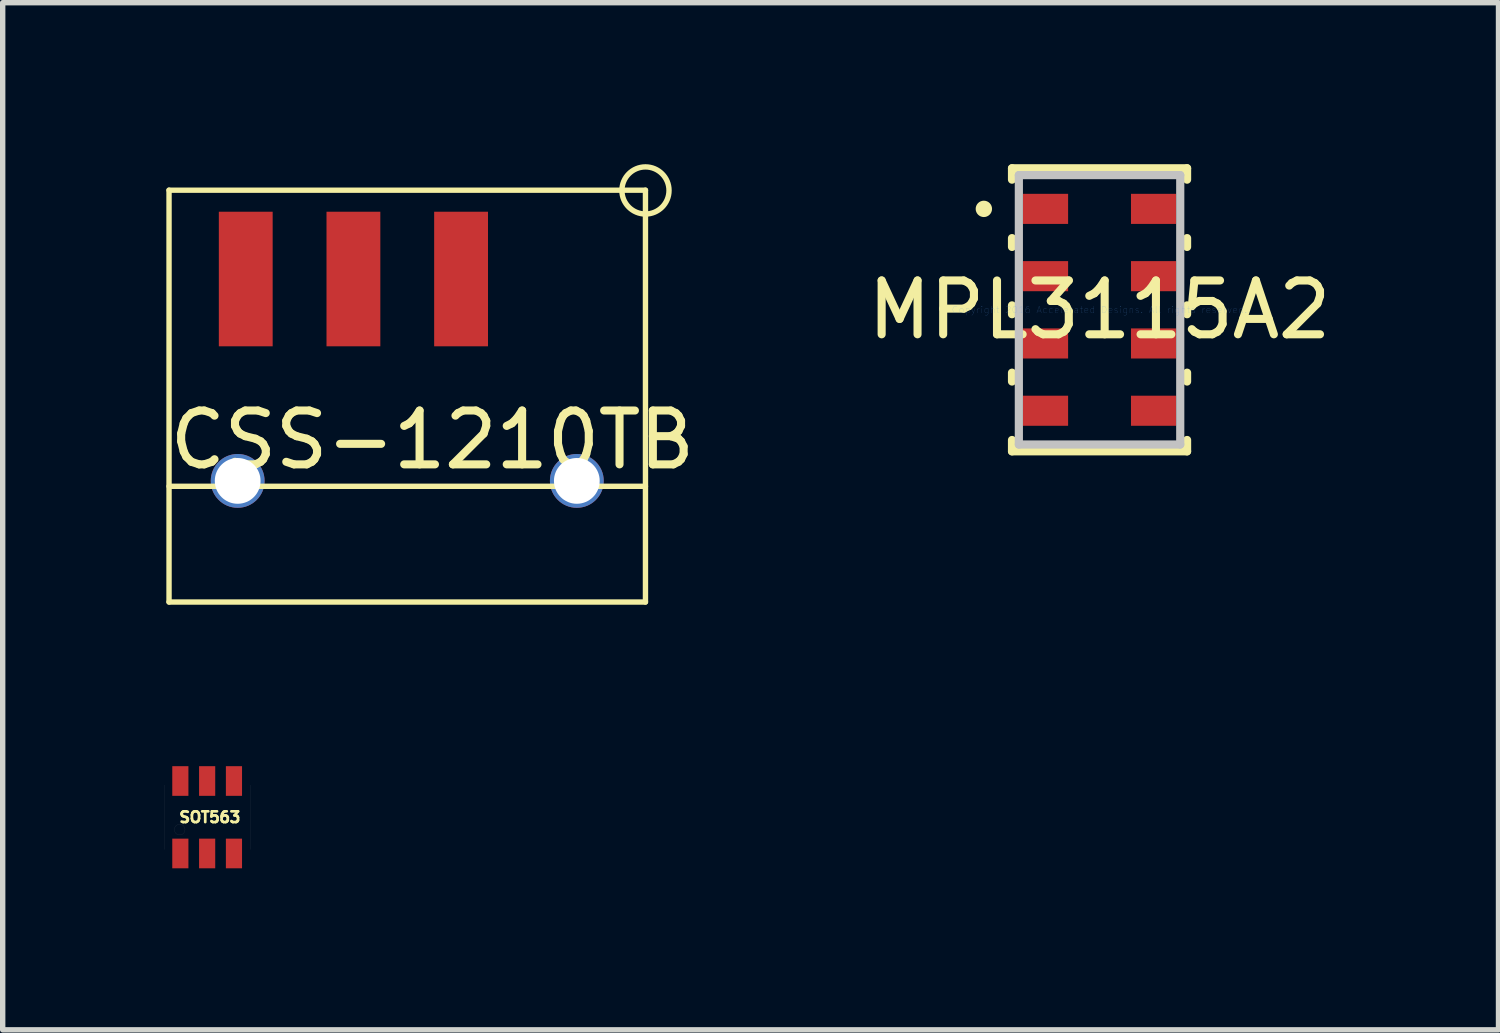
<source format=kicad_pcb>
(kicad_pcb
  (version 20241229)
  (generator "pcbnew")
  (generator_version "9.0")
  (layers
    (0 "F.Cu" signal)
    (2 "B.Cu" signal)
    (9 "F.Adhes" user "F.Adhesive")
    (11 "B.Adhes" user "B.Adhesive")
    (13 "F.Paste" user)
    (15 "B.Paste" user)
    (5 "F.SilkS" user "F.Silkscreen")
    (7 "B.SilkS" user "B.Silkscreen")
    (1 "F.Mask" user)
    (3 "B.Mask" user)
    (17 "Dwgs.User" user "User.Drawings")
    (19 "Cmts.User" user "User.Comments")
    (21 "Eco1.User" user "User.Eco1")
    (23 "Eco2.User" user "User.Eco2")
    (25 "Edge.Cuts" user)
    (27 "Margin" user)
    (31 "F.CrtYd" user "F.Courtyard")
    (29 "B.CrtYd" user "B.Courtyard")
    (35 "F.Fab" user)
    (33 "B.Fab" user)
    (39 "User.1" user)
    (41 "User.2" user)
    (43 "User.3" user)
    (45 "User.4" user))
  (footprint "CSS-1210TB"
    (layer "F.Cu")
    (at 4.515 4.633)
    (property "Reference" "CSS-1210TB" (at 0.467 0.488 0) (layer "F.SilkS") (effects (font (size 1 1) (thickness 0.15))))
    (attr through_hole)
    (fp_line (start -4.425 -4.15) (end 4.425 -4.15) (stroke (width 0.1) (type solid)) (layer "F.SilkS"))
    (fp_line (start -4.425 1.35) (end 4.425 1.35) (stroke (width 0.1) (type solid)) (layer "F.SilkS"))
    (fp_line (start -4.425 3.5) (end -4.425 -4.15) (stroke (width 0.1) (type solid)) (layer "F.SilkS"))
    (fp_line (start 4.425 -4.15) (end 4.425 3.5) (stroke (width 0.1) (type solid)) (layer "F.SilkS"))
    (fp_line (start 4.425 3.5) (end -4.425 3.5) (stroke (width 0.1) (type solid)) (layer "F.SilkS"))
    (fp_circle (center 4.425 -4.145) (end 4.521 -4.572) (stroke (width 0.1) (type solid)) (fill no) (layer "F.SilkS"))
    (pad "" thru_hole circle (at -3.15 1.25) (size 1 1) (drill 0.85) (layers "*.Cu" "*.Mask"))
    (pad "" thru_hole circle (at 3.15 1.25) (size 1 1) (drill 0.85) (layers "*.Cu" "*.Mask"))
    (pad "1" smd rect (at 1 -2.5) (size 1 2.5) (layers "F.Cu" "F.Mask" "F.Paste"))
    (pad "2" smd rect (at -1 -2.5) (size 1 2.5) (layers "F.Cu" "F.Mask" "F.Paste"))
    (pad "3" smd rect (at -3 -2.5) (size 1 2.5) (layers "F.Cu" "F.Mask" "F.Paste")))
  (footprint "MPL3115A2"
    (layer "F.Cu")
    (at 17.375 2.705)
    (property "Reference" "MPL3115A2" (at 0 0 0) (layer "F.SilkS") (effects (font (size 1 1) (thickness 0.15))))
    (attr through_hole)
    (fp_line (start -1.626 -2.629) (end -1.626 -2.418) (stroke (width 0.152) (type solid)) (layer "F.SilkS"))
    (fp_line (start -1.626 -1.332) (end -1.626 -1.168) (stroke (width 0.152) (type solid)) (layer "F.SilkS"))
    (fp_line (start -1.626 -0.082) (end -1.626 0.082) (stroke (width 0.152) (type solid)) (layer "F.SilkS"))
    (fp_line (start -1.626 1.168) (end -1.626 1.332) (stroke (width 0.152) (type solid)) (layer "F.SilkS"))
    (fp_line (start -1.626 2.418) (end -1.626 2.629) (stroke (width 0.152) (type solid)) (layer "F.SilkS"))
    (fp_line (start -1.626 2.629) (end 1.626 2.629) (stroke (width 0.152) (type solid)) (layer "F.SilkS"))
    (fp_line (start 1.626 -2.629) (end -1.626 -2.629) (stroke (width 0.152) (type solid)) (layer "F.SilkS"))
    (fp_line (start 1.626 -2.418) (end 1.626 -2.629) (stroke (width 0.152) (type solid)) (layer "F.SilkS"))
    (fp_line (start 1.626 -1.168) (end 1.626 -1.332) (stroke (width 0.152) (type solid)) (layer "F.SilkS"))
    (fp_line (start 1.626 0.082) (end 1.626 -0.082) (stroke (width 0.152) (type solid)) (layer "F.SilkS"))
    (fp_line (start 1.626 1.332) (end 1.626 1.168) (stroke (width 0.152) (type solid)) (layer "F.SilkS"))
    (fp_line (start 1.626 2.629) (end 1.626 2.418) (stroke (width 0.152) (type solid)) (layer "F.SilkS"))
    (fp_circle (center -2.149 -1.875) (end -2.073 -1.875) (stroke (width 0.152) (type solid)) (fill no) (layer "F.SilkS"))
    (fp_line (start -1.499 -2.502) (end -1.499 2.502) (stroke (width 0.152) (type solid)) (layer "Dwgs.User"))
    (fp_line (start -1.499 2.502) (end 1.499 2.502) (stroke (width 0.152) (type solid)) (layer "Dwgs.User"))
    (fp_line (start 1.499 -2.502) (end -1.499 -2.502) (stroke (width 0.152) (type solid)) (layer "Dwgs.User"))
    (fp_line (start 1.499 2.502) (end 1.499 -2.502) (stroke (width 0.152) (type solid)) (layer "Dwgs.User"))
    (fp_text user "Copyright 2016 Accelerated Designs. All rights reserved." (at 0 0 0) (layer "Cmts.User") (effects (font (size 0.127 0.127) (thickness 0.002))))
    (pad "1" smd rect (at -1.003 -1.875) (size 0.838 0.559) (layers "F.Cu" "F.Mask" "F.Paste"))
    (pad "2" smd rect (at -1.003 -0.625) (size 0.838 0.559) (layers "F.Cu" "F.Mask" "F.Paste"))
    (pad "3" smd rect (at -1.003 0.625) (size 0.838 0.559) (layers "F.Cu" "F.Mask" "F.Paste"))
    (pad "4" smd rect (at -1.003 1.875) (size 0.838 0.559) (layers "F.Cu" "F.Mask" "F.Paste"))
    (pad "5" smd rect (at 1.003 1.875) (size 0.838 0.559) (layers "F.Cu" "F.Mask" "F.Paste"))
    (pad "6" smd rect (at 1.003 0.625) (size 0.838 0.559) (layers "F.Cu" "F.Mask" "F.Paste"))
    (pad "7" smd rect (at 1.003 -0.625) (size 0.838 0.559) (layers "F.Cu" "F.Mask" "F.Paste"))
    (pad "8" smd rect (at 1.003 -1.875) (size 0.838 0.559) (layers "F.Cu" "F.Mask" "F.Paste")))
  (footprint "SOT563"
    (layer "F.Cu")
    (at 0.798 12.131)
    (property "Reference" "SOT563" (at 0.05 0 0) (layer "F.SilkS") (effects (font (size 0.2 0.2) (thickness 0.05))))
    (attr smd)
    (fp_line (start -0.798 -0.599) (end -0.798 0.599) (stroke (width 0.001) (type solid)) (layer "F.Fab"))
    (fp_line (start 0.798 -0.599) (end 0.798 0.599) (stroke (width 0.001) (type solid)) (layer "F.Fab"))
    (fp_circle (center -0.51 0.23) (end -0.44 0.3) (stroke (width 0.001) (type solid)) (fill no) (layer "F.Fab"))
    (pad "1" smd rect (at -0.498 0.673 180) (size 0.3 0.551) (layers "F.Cu" "F.Mask" "F.Paste"))
    (pad "2" smd rect (at 0 0.673 180) (size 0.3 0.551) (layers "F.Cu" "F.Mask" "F.Paste"))
    (pad "3" smd rect (at 0.498 0.673 180) (size 0.3 0.551) (layers "F.Cu" "F.Mask" "F.Paste"))
    (pad "4" smd rect (at 0.498 -0.673) (size 0.3 0.551) (layers "F.Cu" "F.Mask" "F.Paste"))
    (pad "5" smd rect (at 0 -0.673) (size 0.3 0.551) (layers "F.Cu" "F.Mask" "F.Paste"))
    (pad "6" smd rect (at -0.498 -0.673) (size 0.3 0.551) (layers "F.Cu" "F.Mask" "F.Paste")))
  (gr_rect
    (start -3 -3)
    (end 24.786 16.08)
    (stroke (width 0.1) (type default))
    (fill no)
    (layer "Edge.Cuts")))
</source>
